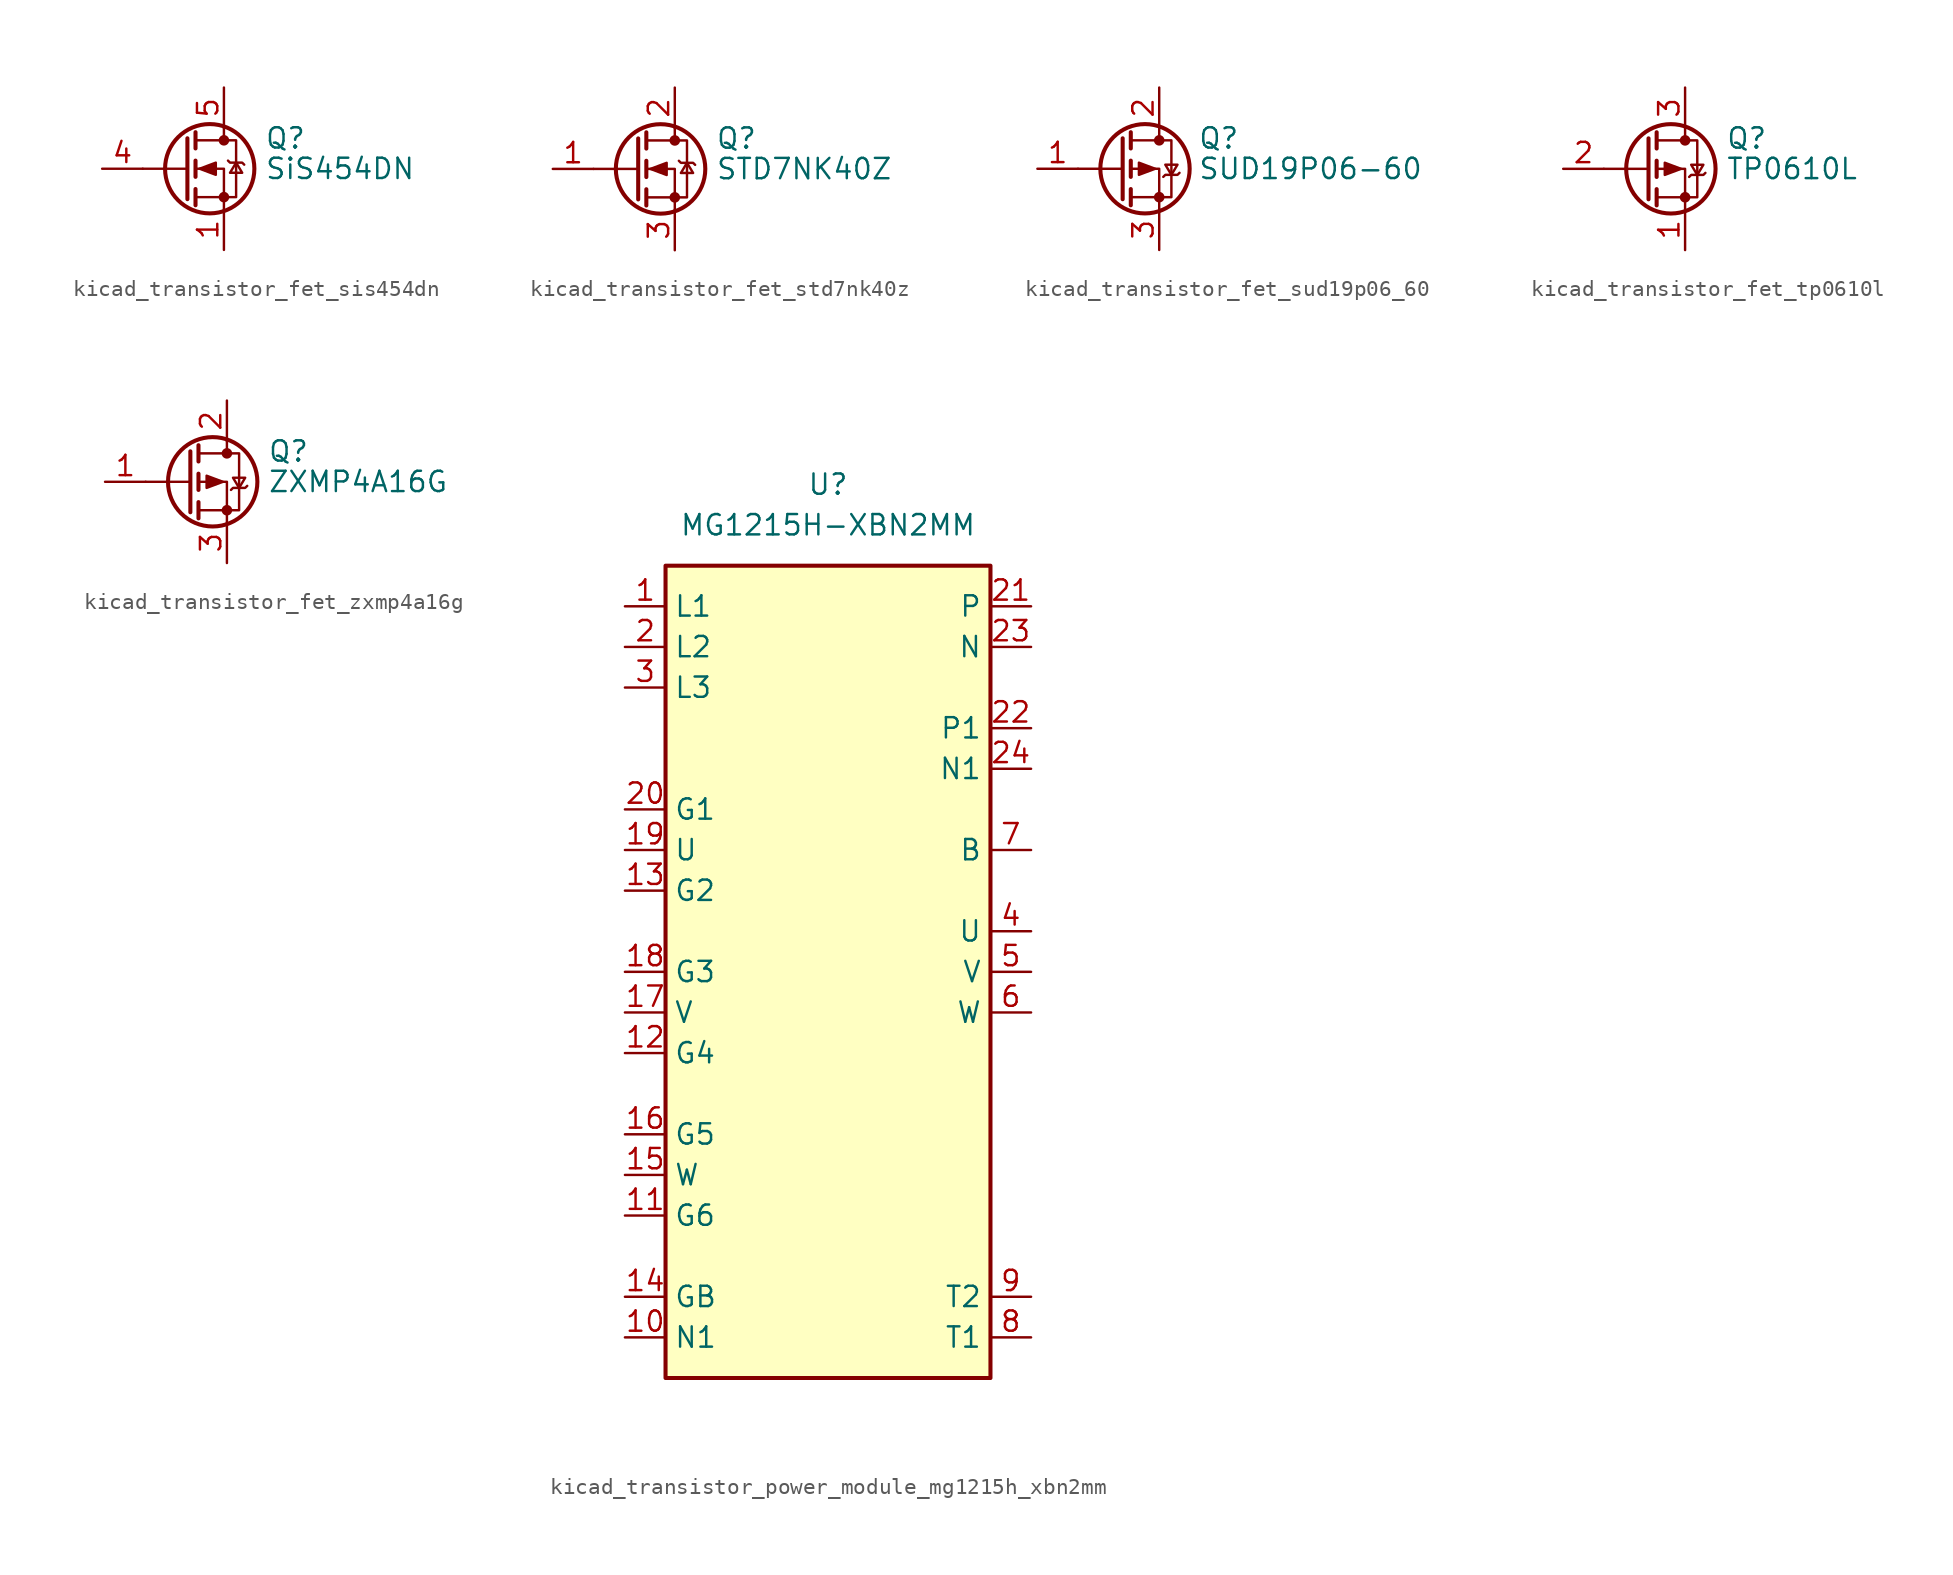
<source format=kicad_sym>
(kicad_symbol_lib
  (version 20220914)
  (generator kicad_symbol_editor)
  (symbol "kicad_transistor_fet_sis454dn"
    (pin_names hide)
    (property "Reference" "Q"
      (at 5.08 1.905 0)
      (effects (font (size 1.27 1.27)) (justify left)))
    (property "Value" "SiS454DN"
      (at 5.08 0 0)
      (effects (font (size 1.27 1.27)) (justify left)))
    (symbol "kicad_transistor_fet_sis454dn_0_1"
      (polyline (pts (xy 0.254 0) (xy -2.54 0)) (stroke (width 0) (type default)) (fill (type none)))
      (polyline (pts (xy 0.254 1.905) (xy 0.254 -1.905)) (stroke (width 0.254) (type default)) (fill (type none)))
      (polyline (pts (xy 0.762 -1.27) (xy 0.762 -2.286)) (stroke (width 0.254) (type default)) (fill (type none)))
      (polyline (pts (xy 0.762 0.508) (xy 0.762 -0.508)) (stroke (width 0.254) (type default)) (fill (type none)))
      (polyline (pts (xy 0.762 2.286) (xy 0.762 1.27)) (stroke (width 0.254) (type default)) (fill (type none)))
      (polyline (pts (xy 2.54 2.54) (xy 2.54 1.778)) (stroke (width 0) (type default)) (fill (type none)))
      (polyline (pts (xy 2.54 -2.54) (xy 2.54 0) (xy 0.762 0)) (stroke (width 0) (type default)) (fill (type none)))
      (polyline (pts (xy 0.762 -1.778) (xy 3.302 -1.778) (xy 3.302 1.778) (xy 0.762 1.778)) (stroke (width 0) (type default)) (fill (type none)))
      (polyline (pts (xy 1.016 0) (xy 2.032 0.381) (xy 2.032 -0.381) (xy 1.016 0)) (stroke (width 0) (type default)) (fill (type outline)))
      (polyline (pts (xy 2.794 0.508) (xy 2.921 0.381) (xy 3.683 0.381) (xy 3.81 0.254)) (stroke (width 0) (type default)) (fill (type none)))
      (polyline (pts (xy 3.302 0.381) (xy 2.921 -0.254) (xy 3.683 -0.254) (xy 3.302 0.381)) (stroke (width 0) (type default)) (fill (type none)))
      (circle (center 1.651 0) (radius 2.794) (stroke (width 0.254) (type default)) (fill (type none)))
      (circle (center 2.54 -1.778) (radius 0.254) (stroke (width 0) (type default)) (fill (type outline)))
      (circle (center 2.54 1.778) (radius 0.254) (stroke (width 0) (type default)) (fill (type outline))))
    (symbol "kicad_transistor_fet_sis454dn_1_1"
      (pin passive line (at 2.54 -5.08 90) (length 2.54) (name "S" (effects (font (size 1.27 1.27)))) (number "1" (effects (font (size 1.27 1.27)))))
      (pin passive line (at 2.54 -5.08 90) (length 2.54) hide (name "S" (effects (font (size 1.27 1.27)))) (number "2" (effects (font (size 1.27 1.27)))))
      (pin passive line (at 2.54 -5.08 90) (length 2.54) hide (name "S" (effects (font (size 1.27 1.27)))) (number "3" (effects (font (size 1.27 1.27)))))
      (pin input line (at -5.08 0 0) (length 2.54) (name "G" (effects (font (size 1.27 1.27)))) (number "4" (effects (font (size 1.27 1.27)))))
      (pin passive line (at 2.54 5.08 270) (length 2.54) (name "D" (effects (font (size 1.27 1.27)))) (number "5" (effects (font (size 1.27 1.27)))))))
  (symbol "kicad_transistor_fet_std7nk40z"
    (pin_names hide)
    (property "Reference" "Q"
      (at 5.08 1.905 0)
      (effects (font (size 1.27 1.27)) (justify left)))
    (property "Value" "STD7NK40Z"
      (at 5.08 0 0)
      (effects (font (size 1.27 1.27)) (justify left)))
    (symbol "kicad_transistor_fet_std7nk40z_0_1"
      (polyline (pts (xy 0.254 0) (xy -2.54 0)) (stroke (width 0) (type default)) (fill (type none)))
      (polyline (pts (xy 0.254 1.905) (xy 0.254 -1.905)) (stroke (width 0.254) (type default)) (fill (type none)))
      (polyline (pts (xy 0.762 -1.27) (xy 0.762 -2.286)) (stroke (width 0.254) (type default)) (fill (type none)))
      (polyline (pts (xy 0.762 0.508) (xy 0.762 -0.508)) (stroke (width 0.254) (type default)) (fill (type none)))
      (polyline (pts (xy 0.762 2.286) (xy 0.762 1.27)) (stroke (width 0.254) (type default)) (fill (type none)))
      (polyline (pts (xy 2.54 2.54) (xy 2.54 1.778)) (stroke (width 0) (type default)) (fill (type none)))
      (polyline (pts (xy 2.54 -2.54) (xy 2.54 0) (xy 0.762 0)) (stroke (width 0) (type default)) (fill (type none)))
      (polyline (pts (xy 0.762 -1.778) (xy 3.302 -1.778) (xy 3.302 1.778) (xy 0.762 1.778)) (stroke (width 0) (type default)) (fill (type none)))
      (polyline (pts (xy 1.016 0) (xy 2.032 0.381) (xy 2.032 -0.381) (xy 1.016 0)) (stroke (width 0) (type default)) (fill (type outline)))
      (polyline (pts (xy 2.794 0.508) (xy 2.921 0.381) (xy 3.683 0.381) (xy 3.81 0.254)) (stroke (width 0) (type default)) (fill (type none)))
      (polyline (pts (xy 3.302 0.381) (xy 2.921 -0.254) (xy 3.683 -0.254) (xy 3.302 0.381)) (stroke (width 0) (type default)) (fill (type none)))
      (circle (center 1.651 0) (radius 2.794) (stroke (width 0.254) (type default)) (fill (type none)))
      (circle (center 2.54 -1.778) (radius 0.254) (stroke (width 0) (type default)) (fill (type outline)))
      (circle (center 2.54 1.778) (radius 0.254) (stroke (width 0) (type default)) (fill (type outline))))
    (symbol "kicad_transistor_fet_std7nk40z_1_1"
      (pin passive line (at -5.08 0 0) (length 2.54) (name "G" (effects (font (size 1.27 1.27)))) (number "1" (effects (font (size 1.27 1.27)))))
      (pin passive line (at 2.54 5.08 270) (length 2.54) (name "D" (effects (font (size 1.27 1.27)))) (number "2" (effects (font (size 1.27 1.27)))))
      (pin passive line (at 2.54 -5.08 90) (length 2.54) (name "S" (effects (font (size 1.27 1.27)))) (number "3" (effects (font (size 1.27 1.27)))))))
  (symbol "kicad_transistor_fet_sud19p06_60"
    (pin_names hide)
    (property "Reference" "Q"
      (at 4.953 1.905 0)
      (effects (font (size 1.27 1.27)) (justify left)))
    (property "Value" "SUD19P06-60"
      (at 4.953 0 0)
      (effects (font (size 1.27 1.27)) (justify left)))
    (symbol "kicad_transistor_fet_sud19p06_60_0_1"
      (polyline (pts (xy 0.254 0) (xy -2.54 0)) (stroke (width 0) (type default)) (fill (type none)))
      (polyline (pts (xy 0.254 1.905) (xy 0.254 -1.905)) (stroke (width 0.254) (type default)) (fill (type none)))
      (polyline (pts (xy 0.762 -1.27) (xy 0.762 -2.286)) (stroke (width 0.254) (type default)) (fill (type none)))
      (polyline (pts (xy 0.762 0.508) (xy 0.762 -0.508)) (stroke (width 0.254) (type default)) (fill (type none)))
      (polyline (pts (xy 0.762 2.286) (xy 0.762 1.27)) (stroke (width 0.254) (type default)) (fill (type none)))
      (polyline (pts (xy 2.54 2.54) (xy 2.54 1.778)) (stroke (width 0) (type default)) (fill (type none)))
      (polyline (pts (xy 2.54 -2.54) (xy 2.54 0) (xy 0.762 0)) (stroke (width 0) (type default)) (fill (type none)))
      (polyline (pts (xy 0.762 1.778) (xy 3.302 1.778) (xy 3.302 -1.778) (xy 0.762 -1.778)) (stroke (width 0) (type default)) (fill (type none)))
      (polyline (pts (xy 2.286 0) (xy 1.27 0.381) (xy 1.27 -0.381) (xy 2.286 0)) (stroke (width 0) (type default)) (fill (type outline)))
      (polyline (pts (xy 2.794 -0.508) (xy 2.921 -0.381) (xy 3.683 -0.381) (xy 3.81 -0.254)) (stroke (width 0) (type default)) (fill (type none)))
      (polyline (pts (xy 3.302 -0.381) (xy 2.921 0.254) (xy 3.683 0.254) (xy 3.302 -0.381)) (stroke (width 0) (type default)) (fill (type none)))
      (circle (center 1.651 0) (radius 2.794) (stroke (width 0.254) (type default)) (fill (type none)))
      (circle (center 2.54 -1.778) (radius 0.254) (stroke (width 0) (type default)) (fill (type outline)))
      (circle (center 2.54 1.778) (radius 0.254) (stroke (width 0) (type default)) (fill (type outline))))
    (symbol "kicad_transistor_fet_sud19p06_60_1_1"
      (pin input line (at -5.08 0 0) (length 2.54) (name "G" (effects (font (size 1.27 1.27)))) (number "1" (effects (font (size 1.27 1.27)))))
      (pin passive line (at 2.54 5.08 270) (length 2.54) (name "D" (effects (font (size 1.27 1.27)))) (number "2" (effects (font (size 1.27 1.27)))))
      (pin passive line (at 2.54 -5.08 90) (length 2.54) (name "S" (effects (font (size 1.27 1.27)))) (number "3" (effects (font (size 1.27 1.27)))))))
  (symbol "kicad_transistor_fet_tp0610l"
    (pin_names hide)
    (property "Reference" "Q"
      (at 5.08 1.905 0)
      (effects (font (size 1.27 1.27)) (justify left)))
    (property "Value" "TP0610L"
      (at 5.08 0 0)
      (effects (font (size 1.27 1.27)) (justify left)))
    (symbol "kicad_transistor_fet_tp0610l_0_1"
      (polyline (pts (xy 0.254 0) (xy -2.54 0)) (stroke (width 0) (type default)) (fill (type none)))
      (polyline (pts (xy 0.254 1.905) (xy 0.254 -1.905)) (stroke (width 0.254) (type default)) (fill (type none)))
      (polyline (pts (xy 0.762 -1.27) (xy 0.762 -2.286)) (stroke (width 0.254) (type default)) (fill (type none)))
      (polyline (pts (xy 0.762 0.508) (xy 0.762 -0.508)) (stroke (width 0.254) (type default)) (fill (type none)))
      (polyline (pts (xy 0.762 2.286) (xy 0.762 1.27)) (stroke (width 0.254) (type default)) (fill (type none)))
      (polyline (pts (xy 2.54 2.54) (xy 2.54 1.778)) (stroke (width 0) (type default)) (fill (type none)))
      (polyline (pts (xy 2.54 -2.54) (xy 2.54 0) (xy 0.762 0)) (stroke (width 0) (type default)) (fill (type none)))
      (polyline (pts (xy 0.762 1.778) (xy 3.302 1.778) (xy 3.302 -1.778) (xy 0.762 -1.778)) (stroke (width 0) (type default)) (fill (type none)))
      (polyline (pts (xy 2.286 0) (xy 1.27 0.381) (xy 1.27 -0.381) (xy 2.286 0)) (stroke (width 0) (type default)) (fill (type outline)))
      (polyline (pts (xy 2.794 -0.508) (xy 2.921 -0.381) (xy 3.683 -0.381) (xy 3.81 -0.254)) (stroke (width 0) (type default)) (fill (type none)))
      (polyline (pts (xy 3.302 -0.381) (xy 2.921 0.254) (xy 3.683 0.254) (xy 3.302 -0.381)) (stroke (width 0) (type default)) (fill (type none)))
      (circle (center 1.651 0) (radius 2.794) (stroke (width 0.254) (type default)) (fill (type none)))
      (circle (center 2.54 -1.778) (radius 0.254) (stroke (width 0) (type default)) (fill (type outline)))
      (circle (center 2.54 1.778) (radius 0.254) (stroke (width 0) (type default)) (fill (type outline))))
    (symbol "kicad_transistor_fet_tp0610l_1_1"
      (pin passive line (at 2.54 -5.08 90) (length 2.54) (name "S" (effects (font (size 1.27 1.27)))) (number "1" (effects (font (size 1.27 1.27)))))
      (pin input line (at -5.08 0 0) (length 2.54) (name "G" (effects (font (size 1.27 1.27)))) (number "2" (effects (font (size 1.27 1.27)))))
      (pin passive line (at 2.54 5.08 270) (length 2.54) (name "D" (effects (font (size 1.27 1.27)))) (number "3" (effects (font (size 1.27 1.27)))))))
  (symbol "kicad_transistor_fet_zxmp4a16g"
    (pin_names hide)
    (property "Reference" "Q"
      (at 5.08 1.905 0)
      (effects (font (size 1.27 1.27)) (justify left)))
    (property "Value" "ZXMP4A16G"
      (at 5.08 0 0)
      (effects (font (size 1.27 1.27)) (justify left)))
    (symbol "kicad_transistor_fet_zxmp4a16g_0_1"
      (polyline (pts (xy 0.254 0) (xy -2.54 0)) (stroke (width 0) (type default)) (fill (type none)))
      (polyline (pts (xy 0.254 1.905) (xy 0.254 -1.905)) (stroke (width 0.254) (type default)) (fill (type none)))
      (polyline (pts (xy 0.762 -1.27) (xy 0.762 -2.286)) (stroke (width 0.254) (type default)) (fill (type none)))
      (polyline (pts (xy 0.762 0.508) (xy 0.762 -0.508)) (stroke (width 0.254) (type default)) (fill (type none)))
      (polyline (pts (xy 0.762 2.286) (xy 0.762 1.27)) (stroke (width 0.254) (type default)) (fill (type none)))
      (polyline (pts (xy 2.54 2.54) (xy 2.54 1.778)) (stroke (width 0) (type default)) (fill (type none)))
      (polyline (pts (xy 2.54 -2.54) (xy 2.54 0) (xy 0.762 0)) (stroke (width 0) (type default)) (fill (type none)))
      (polyline (pts (xy 0.762 1.778) (xy 3.302 1.778) (xy 3.302 -1.778) (xy 0.762 -1.778)) (stroke (width 0) (type default)) (fill (type none)))
      (polyline (pts (xy 2.286 0) (xy 1.27 0.381) (xy 1.27 -0.381) (xy 2.286 0)) (stroke (width 0) (type default)) (fill (type outline)))
      (polyline (pts (xy 2.794 -0.508) (xy 2.921 -0.381) (xy 3.683 -0.381) (xy 3.81 -0.254)) (stroke (width 0) (type default)) (fill (type none)))
      (polyline (pts (xy 3.302 -0.381) (xy 2.921 0.254) (xy 3.683 0.254) (xy 3.302 -0.381)) (stroke (width 0) (type default)) (fill (type none)))
      (circle (center 1.651 0) (radius 2.794) (stroke (width 0.254) (type default)) (fill (type none)))
      (circle (center 2.54 -1.778) (radius 0.254) (stroke (width 0) (type default)) (fill (type outline)))
      (circle (center 2.54 1.778) (radius 0.254) (stroke (width 0) (type default)) (fill (type outline))))
    (symbol "kicad_transistor_fet_zxmp4a16g_1_1"
      (pin input line (at -5.08 0 0) (length 2.54) (name "G" (effects (font (size 1.27 1.27)))) (number "1" (effects (font (size 1.27 1.27)))))
      (pin passive line (at 2.54 5.08 270) (length 2.54) (name "D" (effects (font (size 1.27 1.27)))) (number "2" (effects (font (size 1.27 1.27)))))
      (pin passive line (at 2.54 -5.08 90) (length 2.54) (name "S" (effects (font (size 1.27 1.27)))) (number "3" (effects (font (size 1.27 1.27)))))))
  (symbol "kicad_transistor_power_module_mg1215h_xbn2mm"
    (property "Reference" "U"
      (at 0 30.48 0)
      (effects (font (size 1.27 1.27))))
    (property "Value" "MG1215H-XBN2MM"
      (at 0 27.94 0)
      (effects (font (size 1.27 1.27))))
    (symbol "kicad_transistor_power_module_mg1215h_xbn2mm_1_1"
      (rectangle (start -10.16 25.4) (end 10.16 -25.4) (stroke (width 0.254) (type default)) (fill (type background)))
      (pin passive line (at -12.7 22.86 0) (length 2.54) (name "L1" (effects (font (size 1.27 1.27)))) (number "1" (effects (font (size 1.27 1.27)))))
      (pin passive line (at -12.7 -22.86 0) (length 2.54) (name "N1" (effects (font (size 1.27 1.27)))) (number "10" (effects (font (size 1.27 1.27)))))
      (pin passive line (at -12.7 -15.24 0) (length 2.54) (name "G6" (effects (font (size 1.27 1.27)))) (number "11" (effects (font (size 1.27 1.27)))))
      (pin passive line (at -12.7 -5.08 0) (length 2.54) (name "G4" (effects (font (size 1.27 1.27)))) (number "12" (effects (font (size 1.27 1.27)))))
      (pin passive line (at -12.7 5.08 0) (length 2.54) (name "G2" (effects (font (size 1.27 1.27)))) (number "13" (effects (font (size 1.27 1.27)))))
      (pin passive line (at -12.7 -20.32 0) (length 2.54) (name "GB" (effects (font (size 1.27 1.27)))) (number "14" (effects (font (size 1.27 1.27)))))
      (pin passive line (at -12.7 -12.7 0) (length 2.54) (name "W" (effects (font (size 1.27 1.27)))) (number "15" (effects (font (size 1.27 1.27)))))
      (pin passive line (at -12.7 -10.16 0) (length 2.54) (name "G5" (effects (font (size 1.27 1.27)))) (number "16" (effects (font (size 1.27 1.27)))))
      (pin passive line (at -12.7 -2.54 0) (length 2.54) (name "V" (effects (font (size 1.27 1.27)))) (number "17" (effects (font (size 1.27 1.27)))))
      (pin passive line (at -12.7 0 0) (length 2.54) (name "G3" (effects (font (size 1.27 1.27)))) (number "18" (effects (font (size 1.27 1.27)))))
      (pin passive line (at -12.7 7.62 0) (length 2.54) (name "U" (effects (font (size 1.27 1.27)))) (number "19" (effects (font (size 1.27 1.27)))))
      (pin passive line (at -12.7 20.32 0) (length 2.54) (name "L2" (effects (font (size 1.27 1.27)))) (number "2" (effects (font (size 1.27 1.27)))))
      (pin passive line (at -12.7 10.16 0) (length 2.54) (name "G1" (effects (font (size 1.27 1.27)))) (number "20" (effects (font (size 1.27 1.27)))))
      (pin passive line (at 12.7 22.86 180) (length 2.54) (name "P" (effects (font (size 1.27 1.27)))) (number "21" (effects (font (size 1.27 1.27)))))
      (pin passive line (at 12.7 15.24 180) (length 2.54) (name "P1" (effects (font (size 1.27 1.27)))) (number "22" (effects (font (size 1.27 1.27)))))
      (pin passive line (at 12.7 20.32 180) (length 2.54) (name "N" (effects (font (size 1.27 1.27)))) (number "23" (effects (font (size 1.27 1.27)))))
      (pin passive line (at 12.7 12.7 180) (length 2.54) (name "N1" (effects (font (size 1.27 1.27)))) (number "24" (effects (font (size 1.27 1.27)))))
      (pin passive line (at -12.7 17.78 0) (length 2.54) (name "L3" (effects (font (size 1.27 1.27)))) (number "3" (effects (font (size 1.27 1.27)))))
      (pin passive line (at 12.7 2.54 180) (length 2.54) (name "U" (effects (font (size 1.27 1.27)))) (number "4" (effects (font (size 1.27 1.27)))))
      (pin passive line (at 12.7 0 180) (length 2.54) (name "V" (effects (font (size 1.27 1.27)))) (number "5" (effects (font (size 1.27 1.27)))))
      (pin passive line (at 12.7 -2.54 180) (length 2.54) (name "W" (effects (font (size 1.27 1.27)))) (number "6" (effects (font (size 1.27 1.27)))))
      (pin passive line (at 12.7 7.62 180) (length 2.54) (name "B" (effects (font (size 1.27 1.27)))) (number "7" (effects (font (size 1.27 1.27)))))
      (pin passive line (at 12.7 -22.86 180) (length 2.54) (name "T1" (effects (font (size 1.27 1.27)))) (number "8" (effects (font (size 1.27 1.27)))))
      (pin passive line (at 12.7 -20.32 180) (length 2.54) (name "T2" (effects (font (size 1.27 1.27)))) (number "9" (effects (font (size 1.27 1.27))))))))
</source>
